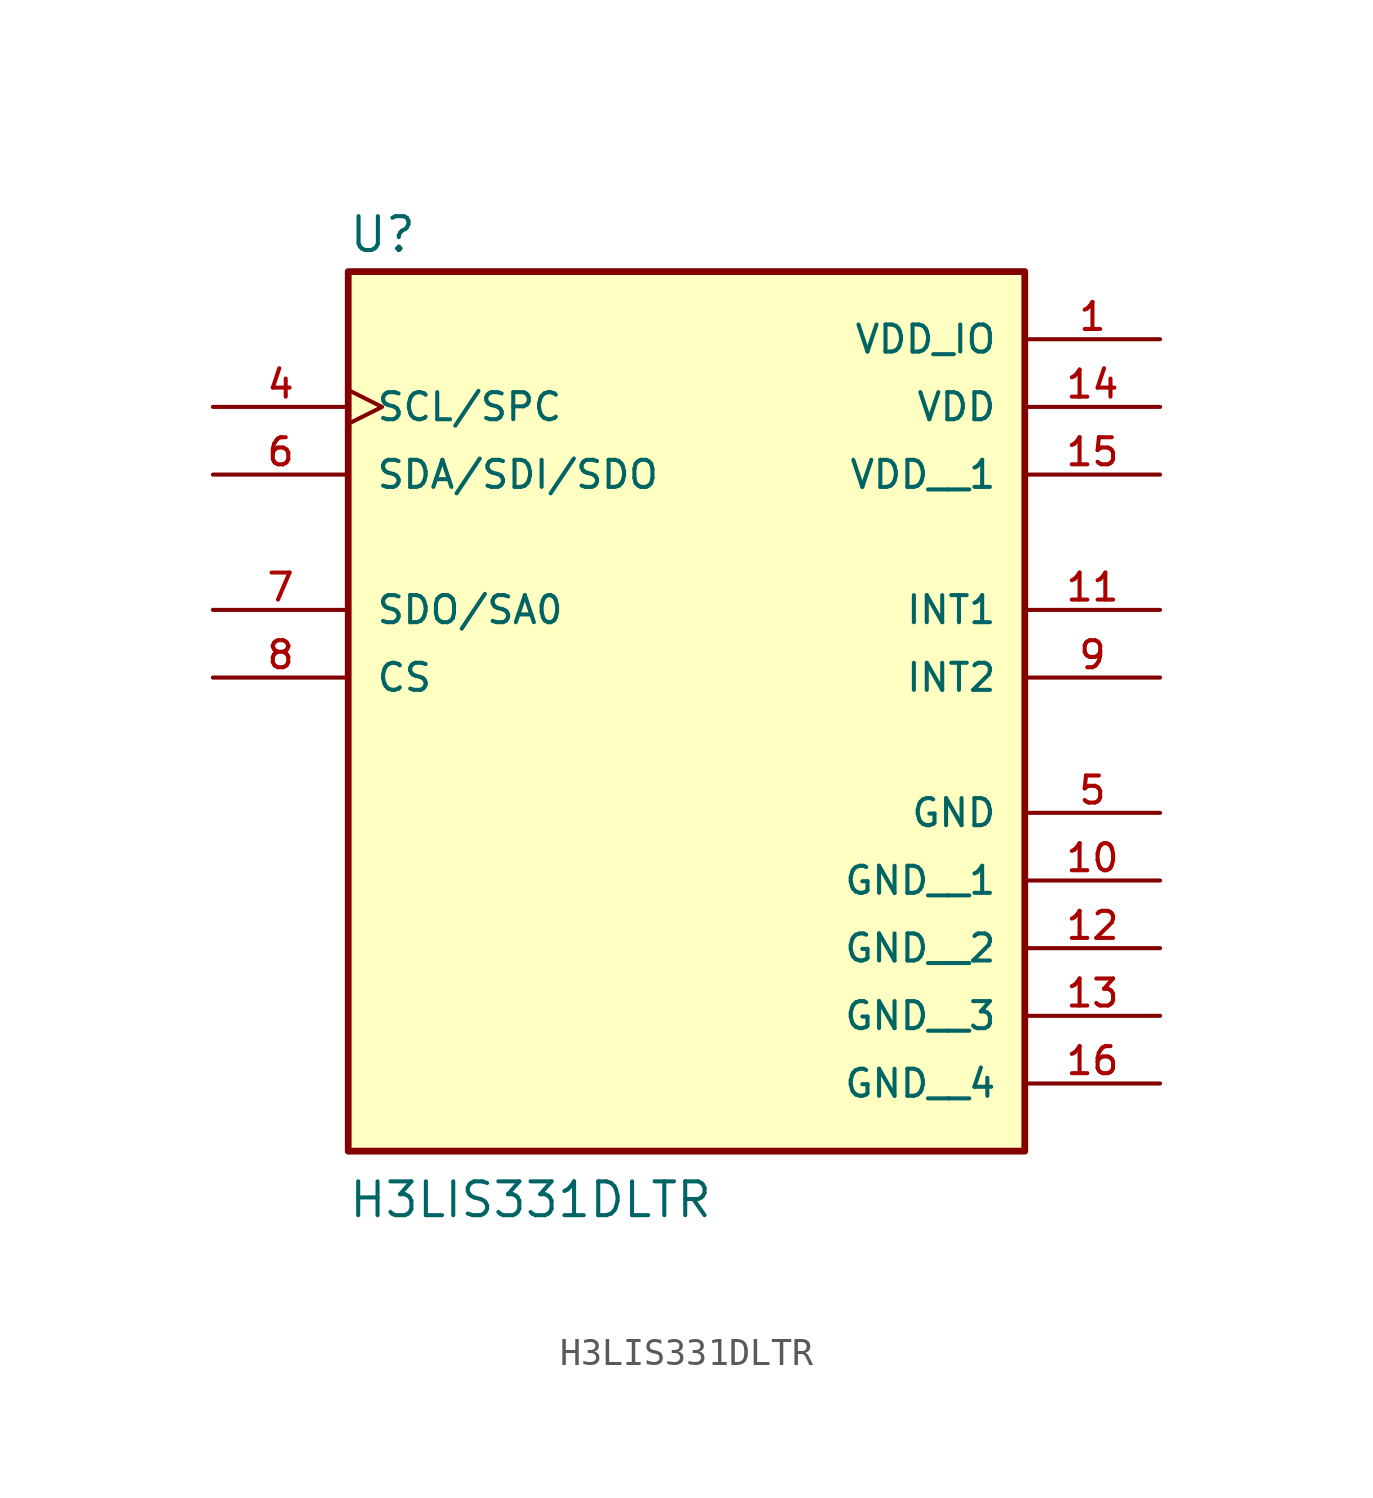
<source format=kicad_sym>
(kicad_symbol_lib
  (version 20220914)
  (generator kicad_symbol_editor)
  (symbol "H3LIS331DLTR"
    (pin_names
      (offset 1.016))
    (property "Reference" "U"
      (at -12.715 10.808 0)
      (effects (font (size 1.27 1.27)) (justify left bottom)))
    (property "Value" "H3LIS331DLTR"
      (at -12.727 -25.427 0)
      (effects (font (size 1.27 1.27)) (justify left bottom)))
    (symbol "H3LIS331DLTR_0_0"
      (rectangle (start -12.7 -22.86) (end 12.7 10.16) (stroke (width 0.254) (type default)) (fill (type background)))
      (pin power_in line (at 17.78 7.62 180) (length 5.08) (name "VDD_IO" (effects (font (size 1.016 1.016)))) (number "1" (effects (font (size 1.016 1.016)))))
      (pin power_in line (at 17.78 -12.7 180) (length 5.08) (name "GND__1" (effects (font (size 1.016 1.016)))) (number "10" (effects (font (size 1.016 1.016)))))
      (pin output line (at 17.78 -2.54 180) (length 5.08) (name "INT1" (effects (font (size 1.016 1.016)))) (number "11" (effects (font (size 1.016 1.016)))))
      (pin power_in line (at 17.78 -15.24 180) (length 5.08) (name "GND__2" (effects (font (size 1.016 1.016)))) (number "12" (effects (font (size 1.016 1.016)))))
      (pin power_in line (at 17.78 -17.78 180) (length 5.08) (name "GND__3" (effects (font (size 1.016 1.016)))) (number "13" (effects (font (size 1.016 1.016)))))
      (pin power_in line (at 17.78 5.08 180) (length 5.08) (name "VDD" (effects (font (size 1.016 1.016)))) (number "14" (effects (font (size 1.016 1.016)))))
      (pin power_in line (at 17.78 2.54 180) (length 5.08) (name "VDD__1" (effects (font (size 1.016 1.016)))) (number "15" (effects (font (size 1.016 1.016)))))
      (pin power_in line (at 17.78 -20.32 180) (length 5.08) (name "GND__4" (effects (font (size 1.016 1.016)))) (number "16" (effects (font (size 1.016 1.016)))))
      (pin input clock (at -17.78 5.08 0) (length 5.08) (name "SCL/SPC" (effects (font (size 1.016 1.016)))) (number "4" (effects (font (size 1.016 1.016)))))
      (pin power_in line (at 17.78 -10.16 180) (length 5.08) (name "GND" (effects (font (size 1.016 1.016)))) (number "5" (effects (font (size 1.016 1.016)))))
      (pin bidirectional line (at -17.78 2.54 0) (length 5.08) (name "SDA/SDI/SDO" (effects (font (size 1.016 1.016)))) (number "6" (effects (font (size 1.016 1.016)))))
      (pin bidirectional line (at -17.78 -2.54 0) (length 5.08) (name "SDO/SA0" (effects (font (size 1.016 1.016)))) (number "7" (effects (font (size 1.016 1.016)))))
      (pin input line (at -17.78 -5.08 0) (length 5.08) (name "CS" (effects (font (size 1.016 1.016)))) (number "8" (effects (font (size 1.016 1.016)))))
      (pin output line (at 17.78 -5.08 180) (length 5.08) (name "INT2" (effects (font (size 1.016 1.016)))) (number "9" (effects (font (size 1.016 1.016))))))))
</source>
